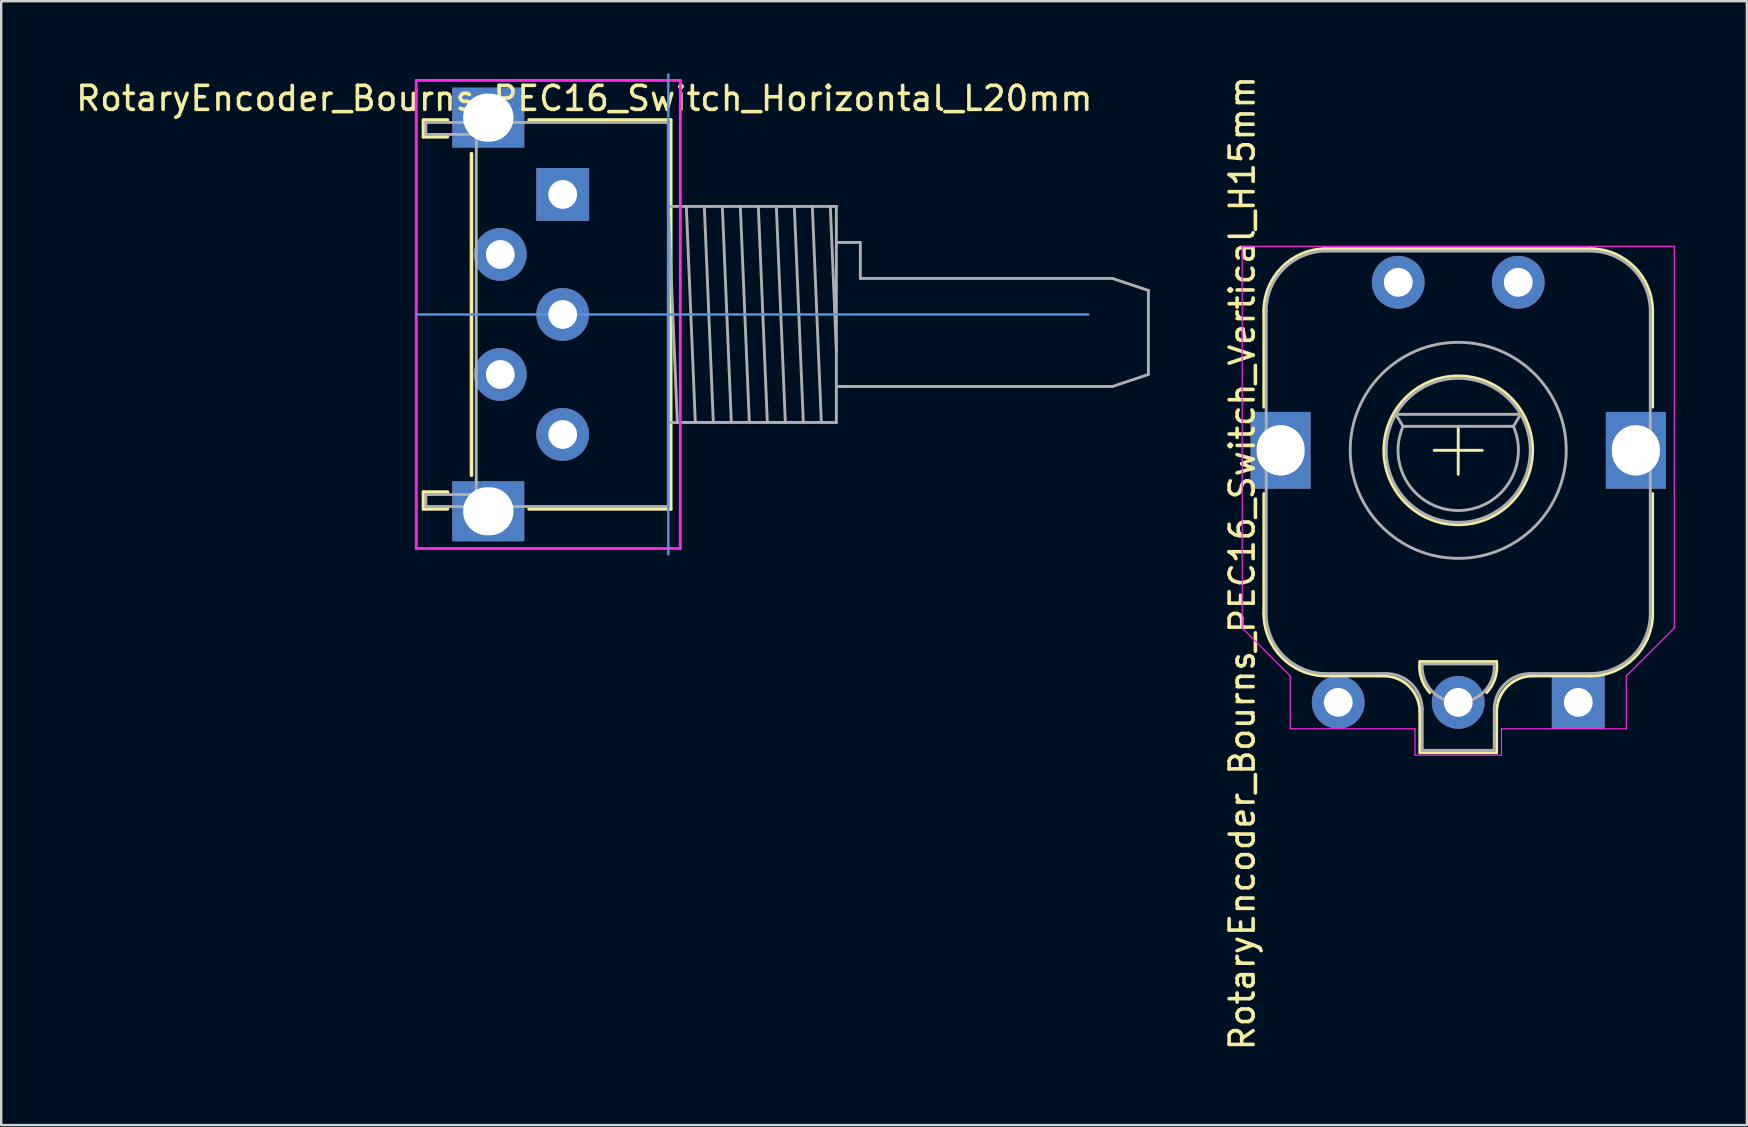
<source format=kicad_pcb>
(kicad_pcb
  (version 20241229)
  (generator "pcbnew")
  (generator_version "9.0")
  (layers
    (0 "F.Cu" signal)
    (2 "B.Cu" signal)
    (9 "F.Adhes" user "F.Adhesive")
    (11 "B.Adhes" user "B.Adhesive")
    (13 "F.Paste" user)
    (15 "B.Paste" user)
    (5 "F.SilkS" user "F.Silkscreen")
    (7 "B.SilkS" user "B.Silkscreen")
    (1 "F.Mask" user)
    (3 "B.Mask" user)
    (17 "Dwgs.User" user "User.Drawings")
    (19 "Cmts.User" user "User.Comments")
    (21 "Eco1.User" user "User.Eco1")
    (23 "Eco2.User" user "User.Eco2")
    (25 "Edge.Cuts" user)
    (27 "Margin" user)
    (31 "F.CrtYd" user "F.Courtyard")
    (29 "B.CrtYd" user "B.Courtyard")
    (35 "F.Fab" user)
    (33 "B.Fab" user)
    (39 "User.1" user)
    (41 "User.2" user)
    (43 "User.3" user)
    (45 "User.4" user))
  (footprint "RotaryEncoder_Bourns_PEC16_Switch_Horizontal_L20mm"
    (layer "F.Cu")
    (at 17.292 10.05)
    (property "Reference" "RotaryEncoder_Bourns_PEC16_Switch_Horizontal_L20mm" (at 4 -9 0) (layer "F.SilkS") (effects (font (size 1 1) (thickness 0.15))))
    (attr through_hole)
    (fp_line (start -2.7 -8.1) (end -2.7 -7.4) (stroke (width 0.15) (type solid)) (layer "F.SilkS"))
    (fp_line (start -2.7 -7.4) (end -1.7 -7.4) (stroke (width 0.15) (type solid)) (layer "F.SilkS"))
    (fp_line (start -2.7 7.4) (end -2.7 8.1) (stroke (width 0.15) (type solid)) (layer "F.SilkS"))
    (fp_line (start -2.7 8.1) (end -1.7 8.1) (stroke (width 0.15) (type solid)) (layer "F.SilkS"))
    (fp_line (start -1.7 -8.1) (end -2.7 -8.1) (stroke (width 0.15) (type solid)) (layer "F.SilkS"))
    (fp_line (start -1.7 7.4) (end -2.7 7.4) (stroke (width 0.15) (type solid)) (layer "F.SilkS"))
    (fp_line (start -0.7 -6.7) (end -0.7 6.7) (stroke (width 0.15) (type solid)) (layer "F.SilkS"))
    (fp_line (start 1.7 8.1) (end 7.6 8.1) (stroke (width 0.15) (type solid)) (layer "F.SilkS"))
    (fp_line (start 7.6 -8.1) (end 1.7 -8.1) (stroke (width 0.15) (type solid)) (layer "F.SilkS"))
    (fp_line (start 7.6 8.1) (end 7.6 -8.1) (stroke (width 0.15) (type solid)) (layer "F.SilkS"))
    (fp_line (start 7.5 10) (end 7.5 -10) (stroke (width 0.1) (type solid)) (layer "Cmts.User"))
    (fp_line (start 25 0) (end -3 0) (stroke (width 0.1) (type solid)) (layer "Cmts.User"))
    (fp_line (start -3 -9.75) (end -3 9.75) (stroke (width 0.12) (type solid)) (layer "F.CrtYd"))
    (fp_line (start -3 9.75) (end 8 9.75) (stroke (width 0.12) (type solid)) (layer "F.CrtYd"))
    (fp_line (start 8 -9.75) (end -3 -9.75) (stroke (width 0.12) (type solid)) (layer "F.CrtYd"))
    (fp_line (start 8 9.75) (end 8 -9.75) (stroke (width 0.12) (type solid)) (layer "F.CrtYd"))
    (fp_line (start -2.6 -8) (end -2.6 -7.5) (stroke (width 0.12) (type solid)) (layer "F.Fab"))
    (fp_line (start -2.6 -7.5) (end -0.5 -7.5) (stroke (width 0.12) (type solid)) (layer "F.Fab"))
    (fp_line (start -2.6 7.5) (end -0.5 7.5) (stroke (width 0.12) (type solid)) (layer "F.Fab"))
    (fp_line (start -2.6 8) (end -2.6 7.5) (stroke (width 0.12) (type solid)) (layer "F.Fab"))
    (fp_line (start -0.5 -8) (end -2.6 -8) (stroke (width 0.12) (type solid)) (layer "F.Fab"))
    (fp_line (start -0.5 -7.5) (end -0.5 7.5) (stroke (width 0.12) (type solid)) (layer "F.Fab"))
    (fp_line (start -0.5 8) (end -2.6 8) (stroke (width 0.12) (type solid)) (layer "F.Fab"))
    (fp_line (start -0.5 8) (end 7.5 8) (stroke (width 0.12) (type solid)) (layer "F.Fab"))
    (fp_line (start 7.5 -8) (end -0.5 -8) (stroke (width 0.12) (type solid)) (layer "F.Fab"))
    (fp_line (start 7.5 -4.5) (end 7.875 4.5) (stroke (width 0.12) (type solid)) (layer "F.Fab"))
    (fp_line (start 7.5 -4.5) (end 14.5 -4.5) (stroke (width 0.12) (type solid)) (layer "F.Fab"))
    (fp_line (start 7.5 8) (end 7.5 -8) (stroke (width 0.12) (type solid)) (layer "F.Fab"))
    (fp_line (start 8.25 -4.5) (end 8.625 4.5) (stroke (width 0.12) (type solid)) (layer "F.Fab"))
    (fp_line (start 9 -4.5) (end 9.375 4.5) (stroke (width 0.12) (type solid)) (layer "F.Fab"))
    (fp_line (start 9.75 -4.5) (end 10.125 4.5) (stroke (width 0.12) (type solid)) (layer "F.Fab"))
    (fp_line (start 10.5 -4.5) (end 10.875 4.5) (stroke (width 0.12) (type solid)) (layer "F.Fab"))
    (fp_line (start 11.25 -4.5) (end 11.625 4.5) (stroke (width 0.12) (type solid)) (layer "F.Fab"))
    (fp_line (start 12 -4.5) (end 12.375 4.5) (stroke (width 0.12) (type solid)) (layer "F.Fab"))
    (fp_line (start 12.75 -4.5) (end 13.125 4.5) (stroke (width 0.12) (type solid)) (layer "F.Fab"))
    (fp_line (start 13.5 -4.5) (end 13.875 4.5) (stroke (width 0.12) (type solid)) (layer "F.Fab"))
    (fp_line (start 14.25 -4.5) (end 14.5 1.5) (stroke (width 0.12) (type solid)) (layer "F.Fab"))
    (fp_line (start 14.5 -4.5) (end 14.5 4.5) (stroke (width 0.12) (type solid)) (layer "F.Fab"))
    (fp_line (start 14.5 -3) (end 15.5 -3) (stroke (width 0.12) (type solid)) (layer "F.Fab"))
    (fp_line (start 14.5 4.5) (end 7.5 4.5) (stroke (width 0.12) (type solid)) (layer "F.Fab"))
    (fp_line (start 15.5 -3) (end 15.5 -1.5) (stroke (width 0.12) (type solid)) (layer "F.Fab"))
    (fp_line (start 15.5 -1.5) (end 26 -1.5) (stroke (width 0.12) (type solid)) (layer "F.Fab"))
    (fp_line (start 26 -1.5) (end 27.5 -1) (stroke (width 0.12) (type solid)) (layer "F.Fab"))
    (fp_line (start 26 3) (end 14.5 3) (stroke (width 0.12) (type solid)) (layer "F.Fab"))
    (fp_line (start 26 3) (end 27.5 2.5) (stroke (width 0.12) (type solid)) (layer "F.Fab"))
    (fp_line (start 27.5 -1) (end 27.5 2.5) (stroke (width 0.12) (type solid)) (layer "F.Fab"))
    (pad "A" thru_hole circle (at 3.1 5) (size 2.2 2.2) (drill 1.2) (layers "*.Cu" "*.Mask"))
    (pad "B" thru_hole circle (at 3.1 0) (size 2.2 2.2) (drill 1.2) (layers "*.Cu" "*.Mask"))
    (pad "C" thru_hole rect (at 3.1 -5) (size 2.2 2.2) (drill 1.2) (layers "*.Cu" "*.Mask"))
    (pad "MP" thru_hole rect (at 0 -8.2) (size 3 2.5) (drill oval 2.1 2) (layers "*.Cu" "*.Mask"))
    (pad "MP" thru_hole rect (at 0 8.2) (size 3 2.5) (drill oval 2.1 2) (layers "*.Cu" "*.Mask"))
    (pad "S1" thru_hole circle (at 0.5 2.5) (size 2.2 2.2) (drill 1.2) (layers "*.Cu" "*.Mask"))
    (pad "S2" thru_hole circle (at 0.5 -2.5) (size 2.2 2.2) (drill 1.2) (layers "*.Cu" "*.Mask")))
  (footprint "RotaryEncoder_Bourns_PEC16_Switch_Vertical_H15mm"
    (layer "F.Cu")
    (at 57.7 15.711)
    (property "Reference" "RotaryEncoder_Bourns_PEC16_Switch_Vertical_H15mm" (at -9 4.7 90) (layer "F.SilkS") (effects (font (size 1 1) (thickness 0.15))))
    (attr through_hole)
    (fp_line (start -8.1 -5.8) (end -8.1 -1.8) (stroke (width 0.12) (type solid)) (layer "F.SilkS"))
    (fp_line (start -8.1 6.8) (end -8.1 1.8) (stroke (width 0.12) (type solid)) (layer "F.SilkS"))
    (fp_line (start -5.5 -8.4) (end 5.5 -8.4) (stroke (width 0.12) (type solid)) (layer "F.SilkS"))
    (fp_line (start -3.1 9.4) (end -5.5 9.4) (stroke (width 0.12) (type solid)) (layer "F.SilkS"))
    (fp_line (start -1.6 12.6) (end -1.6 10.9) (stroke (width 0.12) (type solid)) (layer "F.SilkS"))
    (fp_line (start -1 0) (end 1 0) (stroke (width 0.12) (type solid)) (layer "F.SilkS"))
    (fp_line (start 0 -1) (end 0 1) (stroke (width 0.12) (type solid)) (layer "F.SilkS"))
    (fp_line (start 1.6 8.8) (end -1.6 8.8) (stroke (width 0.12) (type solid)) (layer "F.SilkS"))
    (fp_line (start 1.6 10.9) (end 1.6 12.6) (stroke (width 0.12) (type solid)) (layer "F.SilkS"))
    (fp_line (start 1.6 12.6) (end -1.6 12.6) (stroke (width 0.12) (type solid)) (layer "F.SilkS"))
    (fp_line (start 5.5 9.4) (end 3.1 9.4) (stroke (width 0.12) (type solid)) (layer "F.SilkS"))
    (fp_line (start 8.1 -5.8) (end 8.1 -1.8) (stroke (width 0.12) (type solid)) (layer "F.SilkS"))
    (fp_line (start 8.1 6.8) (end 8.1 1.8) (stroke (width 0.12) (type solid)) (layer "F.SilkS"))
    (fp_arc (start -8.1 -5.8) (mid -7.338478 -7.638478) (end -5.5 -8.4) (stroke (width 0.12) (type solid)) (layer "F.SilkS"))
    (fp_arc (start -5.5 9.4) (mid -7.338478 8.638478) (end -8.1 6.8) (stroke (width 0.12) (type solid)) (layer "F.SilkS"))
    (fp_arc (start -3.1 9.4) (mid -2.03934 9.83934) (end -1.6 10.9) (stroke (width 0.12) (type solid)) (layer "F.SilkS"))
    (fp_arc (start -1.181669 10.097114) (mid -1.534616 9.494928) (end -1.6 8.8) (stroke (width 0.12) (type solid)) (layer "F.SilkS"))
    (fp_arc (start 1.6 8.8) (mid 1.534616 9.494928) (end 1.181669 10.097114) (stroke (width 0.12) (type solid)) (layer "F.SilkS"))
    (fp_arc (start 1.6 10.9) (mid 2.03934 9.83934) (end 3.1 9.4) (stroke (width 0.12) (type solid)) (layer "F.SilkS"))
    (fp_arc (start 5.5 -8.4) (mid 7.338478 -7.638478) (end 8.1 -5.8) (stroke (width 0.12) (type solid)) (layer "F.SilkS"))
    (fp_arc (start 8.1 6.8) (mid 7.338478 8.638478) (end 5.5 9.4) (stroke (width 0.12) (type solid)) (layer "F.SilkS"))
    (fp_circle (center 0 0) (end 3.1 0) (stroke (width 0.12) (type solid)) (fill no) (layer "F.SilkS"))
    (fp_line (start -9 -8.5) (end 9 -8.5) (stroke (width 0.05) (type solid)) (layer "F.CrtYd"))
    (fp_line (start -9 7.4) (end -9 -8.5) (stroke (width 0.05) (type solid)) (layer "F.CrtYd"))
    (fp_line (start -7 9.4) (end -9 7.4) (stroke (width 0.05) (type solid)) (layer "F.CrtYd"))
    (fp_line (start -7 11.6) (end -7 9.4) (stroke (width 0.05) (type solid)) (layer "F.CrtYd"))
    (fp_line (start -1.8 11.6) (end -7 11.6) (stroke (width 0.05) (type solid)) (layer "F.CrtYd"))
    (fp_line (start -1.8 11.6) (end -1.8 12.7) (stroke (width 0.05) (type solid)) (layer "F.CrtYd"))
    (fp_line (start -1.8 12.7) (end 1.8 12.7) (stroke (width 0.05) (type solid)) (layer "F.CrtYd"))
    (fp_line (start 1.8 12.7) (end 1.8 11.6) (stroke (width 0.05) (type solid)) (layer "F.CrtYd"))
    (fp_line (start 7 9.4) (end 9 7.4) (stroke (width 0.05) (type solid)) (layer "F.CrtYd"))
    (fp_line (start 7 11.6) (end 1.8 11.6) (stroke (width 0.05) (type solid)) (layer "F.CrtYd"))
    (fp_line (start 7 11.6) (end 7 9.4) (stroke (width 0.05) (type solid)) (layer "F.CrtYd"))
    (fp_line (start 9 -8.5) (end 9 7.4) (stroke (width 0.05) (type solid)) (layer "F.CrtYd"))
    (fp_line (start -8 6.8) (end -8 -5.8) (stroke (width 0.12) (type solid)) (layer "F.Fab"))
    (fp_line (start -5.5 -8.3) (end 5.5 -8.3) (stroke (width 0.12) (type solid)) (layer "F.Fab"))
    (fp_line (start -5.5 9.3) (end -3 9.3) (stroke (width 0.12) (type solid)) (layer "F.Fab"))
    (fp_line (start -2.6 -1.5) (end -2.3 -1) (stroke (width 0.12) (type solid)) (layer "F.Fab"))
    (fp_line (start -2.6 -1.5) (end 2.6 -1.5) (stroke (width 0.12) (type solid)) (layer "F.Fab"))
    (fp_line (start -2.3 -1) (end 2.3 -1) (stroke (width 0.12) (type solid)) (layer "F.Fab"))
    (fp_line (start -1.5 8.9) (end 1.5 8.9) (stroke (width 0.12) (type solid)) (layer "F.Fab"))
    (fp_line (start -1.5 10.8) (end -1.5 12.5) (stroke (width 0.12) (type solid)) (layer "F.Fab"))
    (fp_line (start -1.5 12.5) (end 1.5 12.5) (stroke (width 0.12) (type solid)) (layer "F.Fab"))
    (fp_line (start 1.5 12.5) (end 1.5 10.8) (stroke (width 0.12) (type solid)) (layer "F.Fab"))
    (fp_line (start 2.3 -1) (end 2.6 -1.5) (stroke (width 0.12) (type solid)) (layer "F.Fab"))
    (fp_line (start 3 9.3) (end 5.5 9.3) (stroke (width 0.12) (type solid)) (layer "F.Fab"))
    (fp_line (start 8 -5.8) (end 8 6.8) (stroke (width 0.12) (type solid)) (layer "F.Fab"))
    (fp_arc (start -8 -5.8) (mid -7.267767 -7.567767) (end -5.5 -8.3) (stroke (width 0.12) (type solid)) (layer "F.Fab"))
    (fp_arc (start -5.5 9.3) (mid -7.267767 8.567767) (end -8 6.8) (stroke (width 0.12) (type solid)) (layer "F.Fab"))
    (fp_arc (start -3 9.3) (mid -1.93934 9.73934) (end -1.5 10.8) (stroke (width 0.12) (type solid)) (layer "F.Fab"))
    (fp_arc (start 1.5 10.8) (mid 1.93934 9.73934) (end 3 9.3) (stroke (width 0.12) (type solid)) (layer "F.Fab"))
    (fp_arc (start 1.50022 8.903355) (mid -0.001681 10.503329) (end -1.5 8.9) (stroke (width 0.12) (type solid)) (layer "F.Fab"))
    (fp_arc (start 2.299999 -1) (mid 0 2.507986) (end -2.299999 -0.999999) (stroke (width 0.12) (type solid)) (layer "F.Fab"))
    (fp_arc (start 5.5 -8.3) (mid 7.267767 -7.567767) (end 8 -5.8) (stroke (width 0.12) (type solid)) (layer "F.Fab"))
    (fp_arc (start 8 6.8) (mid 7.267767 8.567767) (end 5.5 9.3) (stroke (width 0.12) (type solid)) (layer "F.Fab"))
    (fp_circle (center 0 0) (end 3 0) (stroke (width 0.12) (type solid)) (fill no) (layer "F.Fab"))
    (fp_circle (center 0 0) (end 4.5 0) (stroke (width 0.12) (type solid)) (fill no) (layer "F.Fab"))
    (pad "A" thru_hole circle (at -5 10.5) (size 2.2 2.2) (drill 1.2) (layers "*.Cu" "*.Mask"))
    (pad "B" thru_hole circle (at 0 10.5) (size 2.2 2.2) (drill 1.2) (layers "*.Cu" "*.Mask"))
    (pad "C" thru_hole rect (at 5 10.5) (size 2.2 2.2) (drill 1.2) (layers "*.Cu" "*.Mask"))
    (pad "MP" thru_hole rect (at -7.4 0) (size 2.5 3.2) (drill oval 2 2.1) (layers "*.Cu" "*.Mask"))
    (pad "MP" thru_hole rect (at 7.4 0) (size 2.5 3.2) (drill oval 2 2.1) (layers "*.Cu" "*.Mask"))
    (pad "S1" thru_hole circle (at 2.5 -7) (size 2.2 2.2) (drill 1.2) (layers "*.Cu" "*.Mask"))
    (pad "S2" thru_hole circle (at -2.5 -7) (size 2.2 2.2) (drill 1.2) (layers "*.Cu" "*.Mask")))
  (gr_rect
    (start -3 -3)
    (end 69.725 43.821)
    (stroke (width 0.1) (type default))
    (fill no)
    (layer "Edge.Cuts")))
</source>
